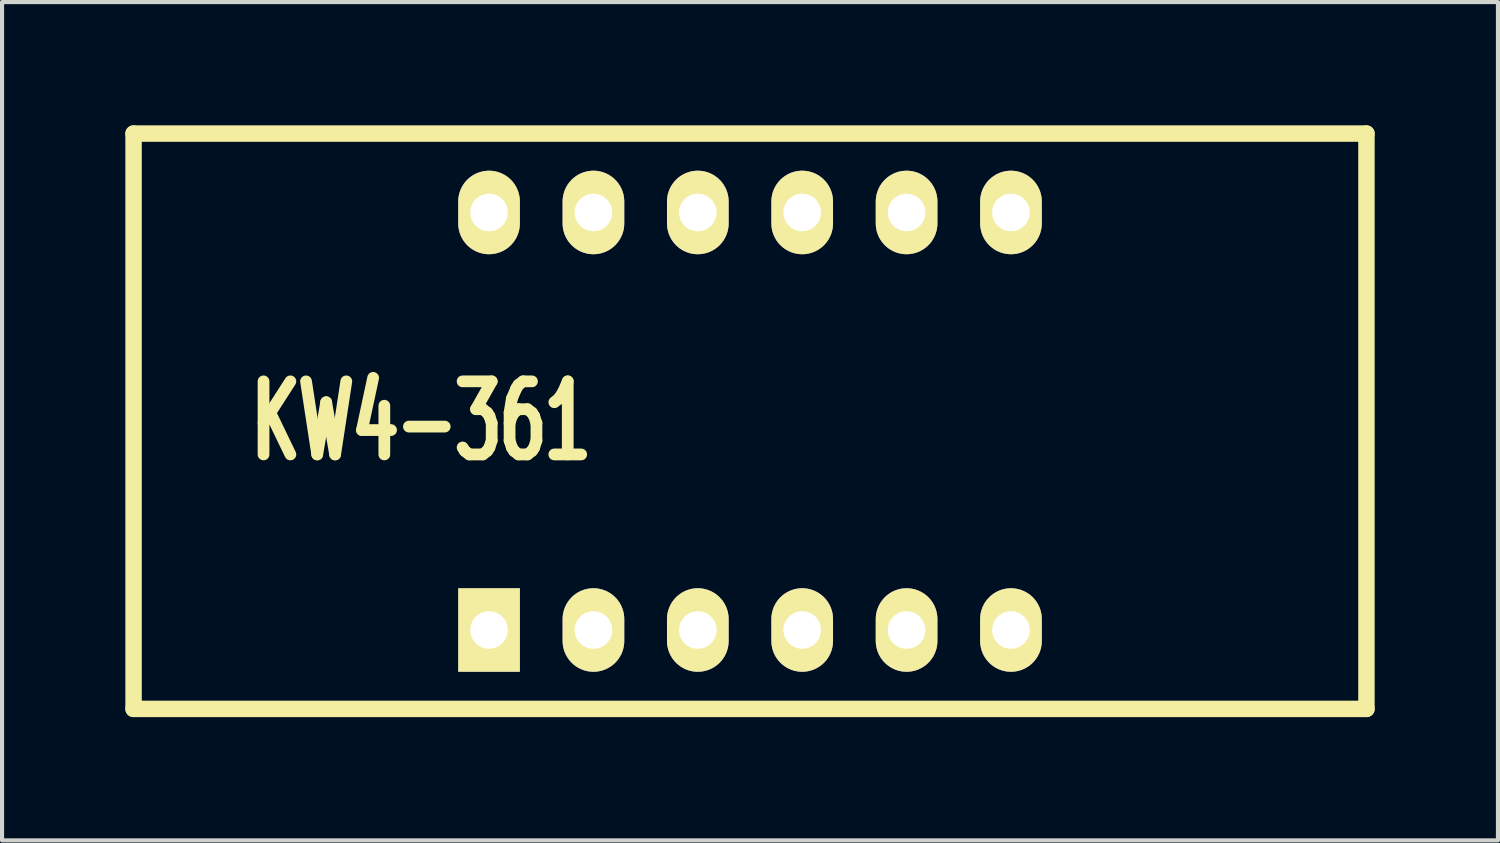
<source format=kicad_pcb>
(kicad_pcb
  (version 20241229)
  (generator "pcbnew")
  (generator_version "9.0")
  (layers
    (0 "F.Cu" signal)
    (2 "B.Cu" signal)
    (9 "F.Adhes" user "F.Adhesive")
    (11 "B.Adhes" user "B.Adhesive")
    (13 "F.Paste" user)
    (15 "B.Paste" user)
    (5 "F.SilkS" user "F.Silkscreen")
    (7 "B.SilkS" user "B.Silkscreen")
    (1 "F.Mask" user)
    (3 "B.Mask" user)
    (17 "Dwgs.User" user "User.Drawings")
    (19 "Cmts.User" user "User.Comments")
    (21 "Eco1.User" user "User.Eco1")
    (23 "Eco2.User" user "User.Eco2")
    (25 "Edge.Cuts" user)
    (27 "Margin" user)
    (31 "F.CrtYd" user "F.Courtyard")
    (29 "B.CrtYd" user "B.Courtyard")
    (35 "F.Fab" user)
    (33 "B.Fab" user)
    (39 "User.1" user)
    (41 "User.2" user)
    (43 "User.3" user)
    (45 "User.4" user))
  (footprint "KW4-361"
    (layer "F.Cu")
    (at 15.2 7.2)
    (property "Reference" "KW4-361" (at -8 0 0) (layer "F.SilkS") (effects (font (size 1.778 1.143) (thickness 0.286))))
    (attr through_hole)
    (fp_line (start -15 -7) (end -15 7) (stroke (width 0.4) (type solid)) (layer "F.SilkS"))
    (fp_line (start -15 -7) (end 15 -7) (stroke (width 0.4) (type solid)) (layer "F.SilkS"))
    (fp_line (start -15 7) (end 15 7) (stroke (width 0.4) (type solid)) (layer "F.SilkS"))
    (fp_line (start 15 -7) (end 15 7) (stroke (width 0.4) (type solid)) (layer "F.SilkS"))
    (pad "1" thru_hole rect (at -6.35 5.08) (size 1.5 2.032) (drill 0.914) (layers "*.Cu" "*.Mask" "F.SilkS"))
    (pad "2" thru_hole oval (at -3.81 5.08) (size 1.5 2.032) (drill 0.914) (layers "*.Cu" "*.Mask" "F.SilkS"))
    (pad "3" thru_hole oval (at -1.27 5.08) (size 1.5 2.032) (drill 0.914) (layers "*.Cu" "*.Mask" "F.SilkS"))
    (pad "4" thru_hole oval (at 1.27 5.08) (size 1.5 2.032) (drill 0.914) (layers "*.Cu" "*.Mask" "F.SilkS"))
    (pad "5" thru_hole oval (at 3.81 5.08) (size 1.5 2.032) (drill 0.914) (layers "*.Cu" "*.Mask" "F.SilkS"))
    (pad "6" thru_hole oval (at 6.35 5.08) (size 1.5 2.032) (drill 0.914) (layers "*.Cu" "*.Mask" "F.SilkS"))
    (pad "7" thru_hole oval (at 6.35 -5.08) (size 1.5 2.032) (drill 0.914) (layers "*.Cu" "*.Mask" "F.SilkS"))
    (pad "8" thru_hole oval (at 3.81 -5.08) (size 1.5 2.032) (drill 0.914) (layers "*.Cu" "*.Mask" "F.SilkS"))
    (pad "9" thru_hole oval (at 1.27 -5.08) (size 1.5 2.032) (drill 0.914) (layers "*.Cu" "*.Mask" "F.SilkS"))
    (pad "10" thru_hole oval (at -1.27 -5.08) (size 1.5 2.032) (drill 0.914) (layers "*.Cu" "*.Mask" "F.SilkS"))
    (pad "11" thru_hole oval (at -3.81 -5.08) (size 1.5 2.032) (drill 0.914) (layers "*.Cu" "*.Mask" "F.SilkS"))
    (pad "12" thru_hole oval (at -6.35 -5.08) (size 1.5 2.032) (drill 0.914) (layers "*.Cu" "*.Mask" "F.SilkS")))
  (gr_rect
    (start -3 -3)
    (end 33.4 17.4)
    (stroke (width 0.1) (type default))
    (fill no)
    (layer "Edge.Cuts")))
</source>
